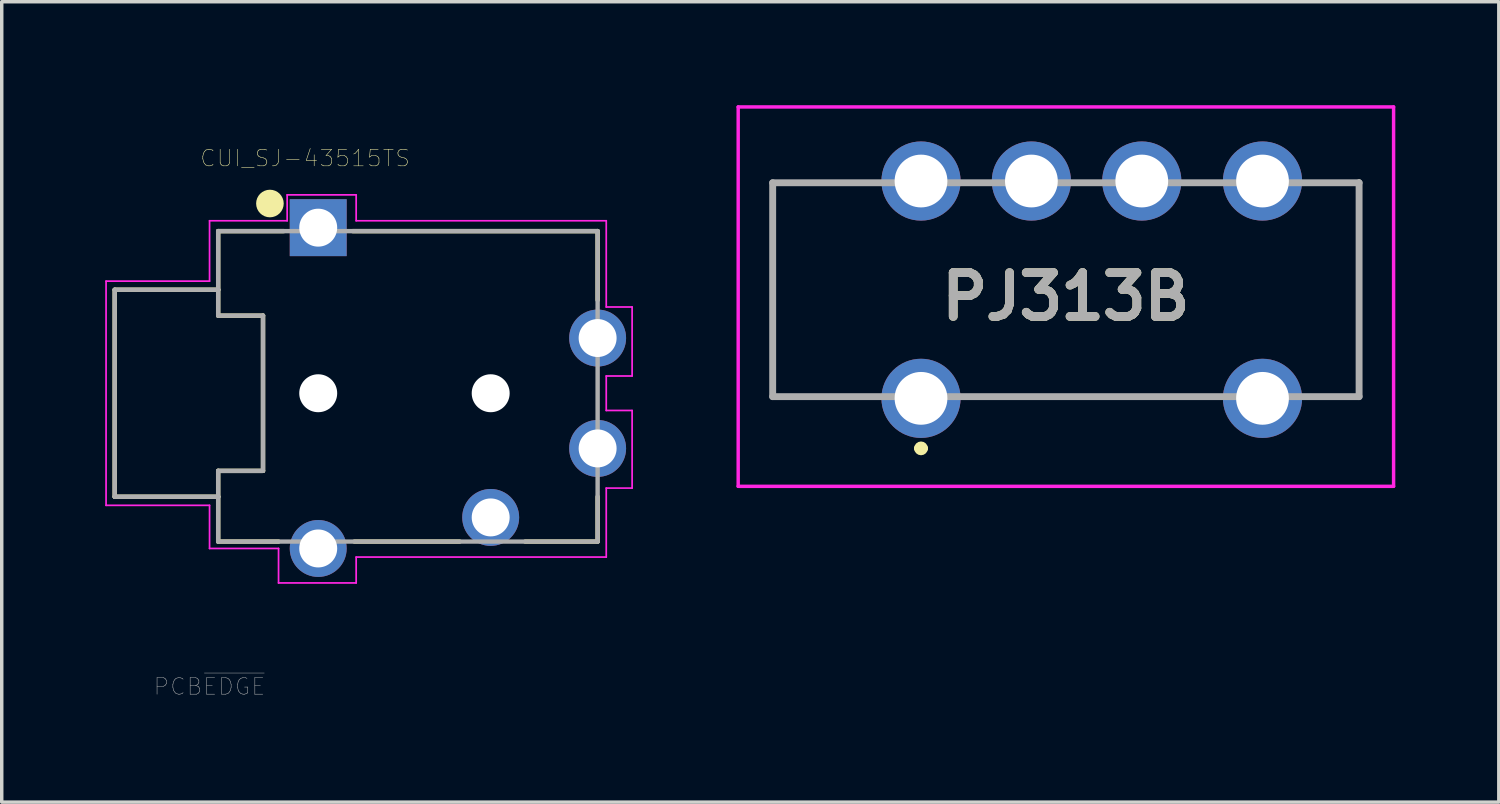
<source format=kicad_pcb>
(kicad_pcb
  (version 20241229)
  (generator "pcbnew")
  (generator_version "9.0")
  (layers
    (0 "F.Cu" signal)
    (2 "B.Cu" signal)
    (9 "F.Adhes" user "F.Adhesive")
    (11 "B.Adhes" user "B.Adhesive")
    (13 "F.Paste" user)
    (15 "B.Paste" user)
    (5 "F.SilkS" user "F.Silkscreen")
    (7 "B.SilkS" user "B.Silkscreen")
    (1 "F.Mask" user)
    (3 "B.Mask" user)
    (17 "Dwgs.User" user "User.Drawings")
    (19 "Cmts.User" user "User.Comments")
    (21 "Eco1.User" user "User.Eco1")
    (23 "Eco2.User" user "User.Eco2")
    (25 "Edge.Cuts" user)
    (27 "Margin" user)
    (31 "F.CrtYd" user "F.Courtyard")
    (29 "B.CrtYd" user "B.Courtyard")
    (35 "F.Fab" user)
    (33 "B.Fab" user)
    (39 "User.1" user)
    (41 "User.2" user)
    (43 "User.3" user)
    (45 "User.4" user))
  (footprint "CUI_SJ-43515TS"
    (layer "F.Cu")
    (at 8.775 8.35)
    (property "Reference" "CUI_SJ-43515TS" (at -2.98 -6.814 0) (layer "F.SilkS") (effects (font (size 0.481 0.481) (thickness 0.015))))
    (attr through_hole)
    (fp_line (start -8.5 -3) (end -5.5 -3) (stroke (width 0.127) (type solid)) (layer "F.SilkS"))
    (fp_line (start -8.5 3) (end -8.5 -3) (stroke (width 0.127) (type solid)) (layer "F.SilkS"))
    (fp_line (start -5.5 -4.7) (end -5.5 -3) (stroke (width 0.127) (type solid)) (layer "F.SilkS"))
    (fp_line (start -5.5 -3) (end -5.5 -2.25) (stroke (width 0.127) (type solid)) (layer "F.SilkS"))
    (fp_line (start -5.5 -2.25) (end -4.2 -2.25) (stroke (width 0.127) (type solid)) (layer "F.SilkS"))
    (fp_line (start -5.5 2.25) (end -5.5 3) (stroke (width 0.127) (type solid)) (layer "F.SilkS"))
    (fp_line (start -5.5 3) (end -8.5 3) (stroke (width 0.127) (type solid)) (layer "F.SilkS"))
    (fp_line (start -5.5 3) (end -5.5 4.3) (stroke (width 0.127) (type solid)) (layer "F.SilkS"))
    (fp_line (start -5.5 4.3) (end -3.75 4.3) (stroke (width 0.127) (type solid)) (layer "F.SilkS"))
    (fp_line (start -4.2 -2.25) (end -4.2 2.25) (stroke (width 0.127) (type solid)) (layer "F.SilkS"))
    (fp_line (start -4.2 2.25) (end -5.5 2.25) (stroke (width 0.127) (type solid)) (layer "F.SilkS"))
    (fp_line (start -3.6 -4.7) (end -5.5 -4.7) (stroke (width 0.127) (type solid)) (layer "F.SilkS"))
    (fp_line (start -1.6 -4.7) (end 5.5 -4.7) (stroke (width 0.127) (type solid)) (layer "F.SilkS"))
    (fp_line (start 1.5 4.3) (end -1.55 4.3) (stroke (width 0.127) (type solid)) (layer "F.SilkS"))
    (fp_line (start 5.5 -4.7) (end 5.5 -2.7) (stroke (width 0.127) (type solid)) (layer "F.SilkS"))
    (fp_line (start 5.5 3) (end 5.5 4.3) (stroke (width 0.127) (type solid)) (layer "F.SilkS"))
    (fp_line (start 5.5 4.3) (end 3.4 4.3) (stroke (width 0.127) (type solid)) (layer "F.SilkS"))
    (fp_circle (center -4 -5.5) (end -3.8 -5.5) (stroke (width 0.4) (type solid)) (fill no) (layer "F.SilkS"))
    (fp_line (start -5.5 -8.35) (end -5.5 -2.25) (stroke (width 0.0001) (type solid)) (layer "Edge.Cuts"))
    (fp_line (start -5.5 -2.25) (end -4.2 -2.25) (stroke (width 0.0001) (type solid)) (layer "Edge.Cuts"))
    (fp_line (start -5.5 2.25) (end -5.5 8.85) (stroke (width 0.0001) (type solid)) (layer "Edge.Cuts"))
    (fp_line (start -4.2 -2.25) (end -4.2 2.25) (stroke (width 0.0001) (type solid)) (layer "Edge.Cuts"))
    (fp_line (start -4.2 2.25) (end -5.5 2.25) (stroke (width 0.0001) (type solid)) (layer "Edge.Cuts"))
    (fp_line (start -8.75 -3.25) (end -5.75 -3.25) (stroke (width 0.05) (type solid)) (layer "F.CrtYd"))
    (fp_line (start -8.75 3.25) (end -8.75 -3.25) (stroke (width 0.05) (type solid)) (layer "F.CrtYd"))
    (fp_line (start -5.75 -5) (end -3.5 -5) (stroke (width 0.05) (type solid)) (layer "F.CrtYd"))
    (fp_line (start -5.75 -3.25) (end -5.75 -5) (stroke (width 0.05) (type solid)) (layer "F.CrtYd"))
    (fp_line (start -5.75 3.25) (end -8.75 3.25) (stroke (width 0.05) (type solid)) (layer "F.CrtYd"))
    (fp_line (start -5.75 4.5) (end -5.75 3.25) (stroke (width 0.05) (type solid)) (layer "F.CrtYd"))
    (fp_line (start -3.75 4.5) (end -5.75 4.5) (stroke (width 0.05) (type solid)) (layer "F.CrtYd"))
    (fp_line (start -3.75 5.5) (end -3.75 4.5) (stroke (width 0.05) (type solid)) (layer "F.CrtYd"))
    (fp_line (start -3.5 -5.75) (end -1.5 -5.75) (stroke (width 0.05) (type solid)) (layer "F.CrtYd"))
    (fp_line (start -3.5 -5) (end -3.5 -5.75) (stroke (width 0.05) (type solid)) (layer "F.CrtYd"))
    (fp_line (start -1.5 -5.75) (end -1.5 -5) (stroke (width 0.05) (type solid)) (layer "F.CrtYd"))
    (fp_line (start -1.5 -5) (end 5.75 -5) (stroke (width 0.05) (type solid)) (layer "F.CrtYd"))
    (fp_line (start -1.5 4.75) (end -1.5 5.5) (stroke (width 0.05) (type solid)) (layer "F.CrtYd"))
    (fp_line (start -1.5 5.5) (end -3.75 5.5) (stroke (width 0.05) (type solid)) (layer "F.CrtYd"))
    (fp_line (start 5.75 -5) (end 5.75 -2.5) (stroke (width 0.05) (type solid)) (layer "F.CrtYd"))
    (fp_line (start 5.75 -2.5) (end 6.5 -2.5) (stroke (width 0.05) (type solid)) (layer "F.CrtYd"))
    (fp_line (start 5.75 -0.5) (end 5.75 0.5) (stroke (width 0.05) (type solid)) (layer "F.CrtYd"))
    (fp_line (start 5.75 0.5) (end 6.5 0.5) (stroke (width 0.05) (type solid)) (layer "F.CrtYd"))
    (fp_line (start 5.75 2.75) (end 5.75 4.75) (stroke (width 0.05) (type solid)) (layer "F.CrtYd"))
    (fp_line (start 5.75 4.75) (end -1.5 4.75) (stroke (width 0.05) (type solid)) (layer "F.CrtYd"))
    (fp_line (start 6.5 -2.5) (end 6.5 -0.5) (stroke (width 0.05) (type solid)) (layer "F.CrtYd"))
    (fp_line (start 6.5 -0.5) (end 5.75 -0.5) (stroke (width 0.05) (type solid)) (layer "F.CrtYd"))
    (fp_line (start 6.5 0.5) (end 6.5 2.75) (stroke (width 0.05) (type solid)) (layer "F.CrtYd"))
    (fp_line (start 6.5 2.75) (end 5.75 2.75) (stroke (width 0.05) (type solid)) (layer "F.CrtYd"))
    (fp_line (start -8.5 -3) (end -8.5 3) (stroke (width 0.127) (type solid)) (layer "F.Fab"))
    (fp_line (start -8.5 3) (end -5.5 3) (stroke (width 0.127) (type solid)) (layer "F.Fab"))
    (fp_line (start -5.5 -4.7) (end -5.5 -3) (stroke (width 0.127) (type solid)) (layer "F.Fab"))
    (fp_line (start -5.5 -4.7) (end 5.5 -4.7) (stroke (width 0.127) (type solid)) (layer "F.Fab"))
    (fp_line (start -5.5 -3) (end -8.5 -3) (stroke (width 0.127) (type solid)) (layer "F.Fab"))
    (fp_line (start -5.5 -3) (end -5.5 -2.25) (stroke (width 0.127) (type solid)) (layer "F.Fab"))
    (fp_line (start -5.5 -2.25) (end -4.2 -2.25) (stroke (width 0.127) (type solid)) (layer "F.Fab"))
    (fp_line (start -5.5 2.25) (end -5.5 3) (stroke (width 0.127) (type solid)) (layer "F.Fab"))
    (fp_line (start -5.5 3) (end -5.5 4.3) (stroke (width 0.127) (type solid)) (layer "F.Fab"))
    (fp_line (start -5.5 4.3) (end 5.5 4.3) (stroke (width 0.127) (type solid)) (layer "F.Fab"))
    (fp_line (start -4.2 -2.25) (end -4.2 2.25) (stroke (width 0.127) (type solid)) (layer "F.Fab"))
    (fp_line (start -4.2 2.25) (end -5.5 2.25) (stroke (width 0.127) (type solid)) (layer "F.Fab"))
    (fp_line (start 5.5 -4.7) (end 5.5 4.3) (stroke (width 0.127) (type solid)) (layer "F.Fab"))
    (fp_text user "PCB~{EDGE}" (at -5.752 8.503 0) (layer "F.Fab") (effects (font (size 0.48 0.48) (thickness 0.015))))
    (pad "" np_thru_hole circle (at -2.6 0) (size 1.1 1.1) (drill 1.1) (layers "*.Cu" "*.Mask"))
    (pad "" np_thru_hole circle (at 2.4 0) (size 1.1 1.1) (drill 1.1) (layers "*.Cu" "*.Mask"))
    (pad "1" thru_hole rect (at -2.6 -4.8) (size 1.65 1.65) (drill 1.1) (layers "*.Cu" "*.Mask"))
    (pad "2" thru_hole circle (at 2.4 3.6) (size 1.65 1.65) (drill 1.1) (layers "*.Cu" "*.Mask"))
    (pad "3" thru_hole circle (at 5.5 -1.6) (size 1.65 1.65) (drill 1.1) (layers "*.Cu" "*.Mask"))
    (pad "4" thru_hole circle (at -2.6 4.5) (size 1.65 1.65) (drill 1.1) (layers "*.Cu" "*.Mask"))
    (pad "5" thru_hole circle (at 5.5 1.6) (size 1.65 1.65) (drill 1.1) (layers "*.Cu" "*.Mask")))
  (footprint "PJ313B"
    (layer "F.Cu")
    (at 27.85 5.549)
    (property "Reference" "PJ313B" (at 0 0 0) (layer "F.SilkS") (effects (font (size 1.27 1.27) (thickness 0.254))))
    (attr through_hole)
    (fp_line (start -8.5 -3.301) (end -8.5 2.899) (stroke (width 0.1) (type solid)) (layer "F.SilkS"))
    (fp_line (start -8.5 2.899) (end -6 2.899) (stroke (width 0.1) (type solid)) (layer "F.SilkS"))
    (fp_line (start -6 -3.301) (end -8.5 -3.301) (stroke (width 0.1) (type solid)) (layer "F.SilkS"))
    (fp_line (start -4.3 4.399) (end -4.3 4.399) (stroke (width 0.2) (type solid)) (layer "F.SilkS"))
    (fp_line (start -4.1 4.399) (end -4.1 4.399) (stroke (width 0.2) (type solid)) (layer "F.SilkS"))
    (fp_line (start 7.5 -3.301) (end 8.5 -3.301) (stroke (width 0.1) (type solid)) (layer "F.SilkS"))
    (fp_line (start 7.5 2.899) (end 8.5 2.899) (stroke (width 0.1) (type solid)) (layer "F.SilkS"))
    (fp_line (start 8.5 -3.351) (end 8.5 2.899) (stroke (width 0.1) (type solid)) (layer "F.SilkS"))
    (fp_arc (start -4.3 4.399) (mid -4.2 4.299) (end -4.1 4.399) (stroke (width 0.2) (type solid)) (layer "F.SilkS"))
    (fp_arc (start -4.1 4.399) (mid -4.2 4.499) (end -4.3 4.399) (stroke (width 0.2) (type solid)) (layer "F.SilkS"))
    (fp_line (start -9.5 -5.499) (end 9.5 -5.499) (stroke (width 0.1) (type solid)) (layer "F.CrtYd"))
    (fp_line (start -9.5 5.499) (end -9.5 -5.499) (stroke (width 0.1) (type solid)) (layer "F.CrtYd"))
    (fp_line (start 9.5 -5.499) (end 9.5 5.499) (stroke (width 0.1) (type solid)) (layer "F.CrtYd"))
    (fp_line (start 9.5 5.499) (end -9.5 5.499) (stroke (width 0.1) (type solid)) (layer "F.CrtYd"))
    (fp_line (start -8.5 -3.301) (end 8.5 -3.301) (stroke (width 0.2) (type solid)) (layer "F.Fab"))
    (fp_line (start -8.5 2.899) (end -8.5 -3.301) (stroke (width 0.2) (type solid)) (layer "F.Fab"))
    (fp_line (start 8.5 -3.301) (end 8.5 2.899) (stroke (width 0.2) (type solid)) (layer "F.Fab"))
    (fp_line (start 8.5 2.899) (end -8.5 2.899) (stroke (width 0.2) (type solid)) (layer "F.Fab"))
    (fp_text user "${REFERENCE}" (at 0 0 0) (layer "F.Fab") (effects (font (size 1.27 1.27) (thickness 0.254))))
    (pad "" np_thru_hole circle (at -3.5 -0.201) (size 0.001 0.001) (drill 1.5) (layers "*.Cu" "*.Mask"))
    (pad "" np_thru_hole circle (at 5.7 -0.201) (size 0.001 0.001) (drill 1.5) (layers "*.Cu" "*.Mask"))
    (pad "1" thru_hole circle (at -4.2 2.949) (size 2.295 2.295) (drill 1.53) (layers "*.Cu" "*.Mask"))
    (pad "2" thru_hole circle (at -4.2 -3.351) (size 2.295 2.295) (drill 1.53) (layers "*.Cu" "*.Mask"))
    (pad "3" thru_hole circle (at -1 -3.351) (size 2.295 2.295) (drill 1.53) (layers "*.Cu" "*.Mask"))
    (pad "4" thru_hole circle (at 2.2 -3.351) (size 2.295 2.295) (drill 1.53) (layers "*.Cu" "*.Mask"))
    (pad "5" thru_hole circle (at 5.7 -3.351) (size 2.295 2.295) (drill 1.53) (layers "*.Cu" "*.Mask"))
    (pad "6" thru_hole circle (at 5.7 2.949) (size 2.295 2.295) (drill 1.53) (layers "*.Cu" "*.Mask")))
  (gr_rect
    (start -3 -3)
    (end 40.4 20.204)
    (stroke (width 0.1) (type default))
    (fill no)
    (layer "Edge.Cuts")))
</source>
